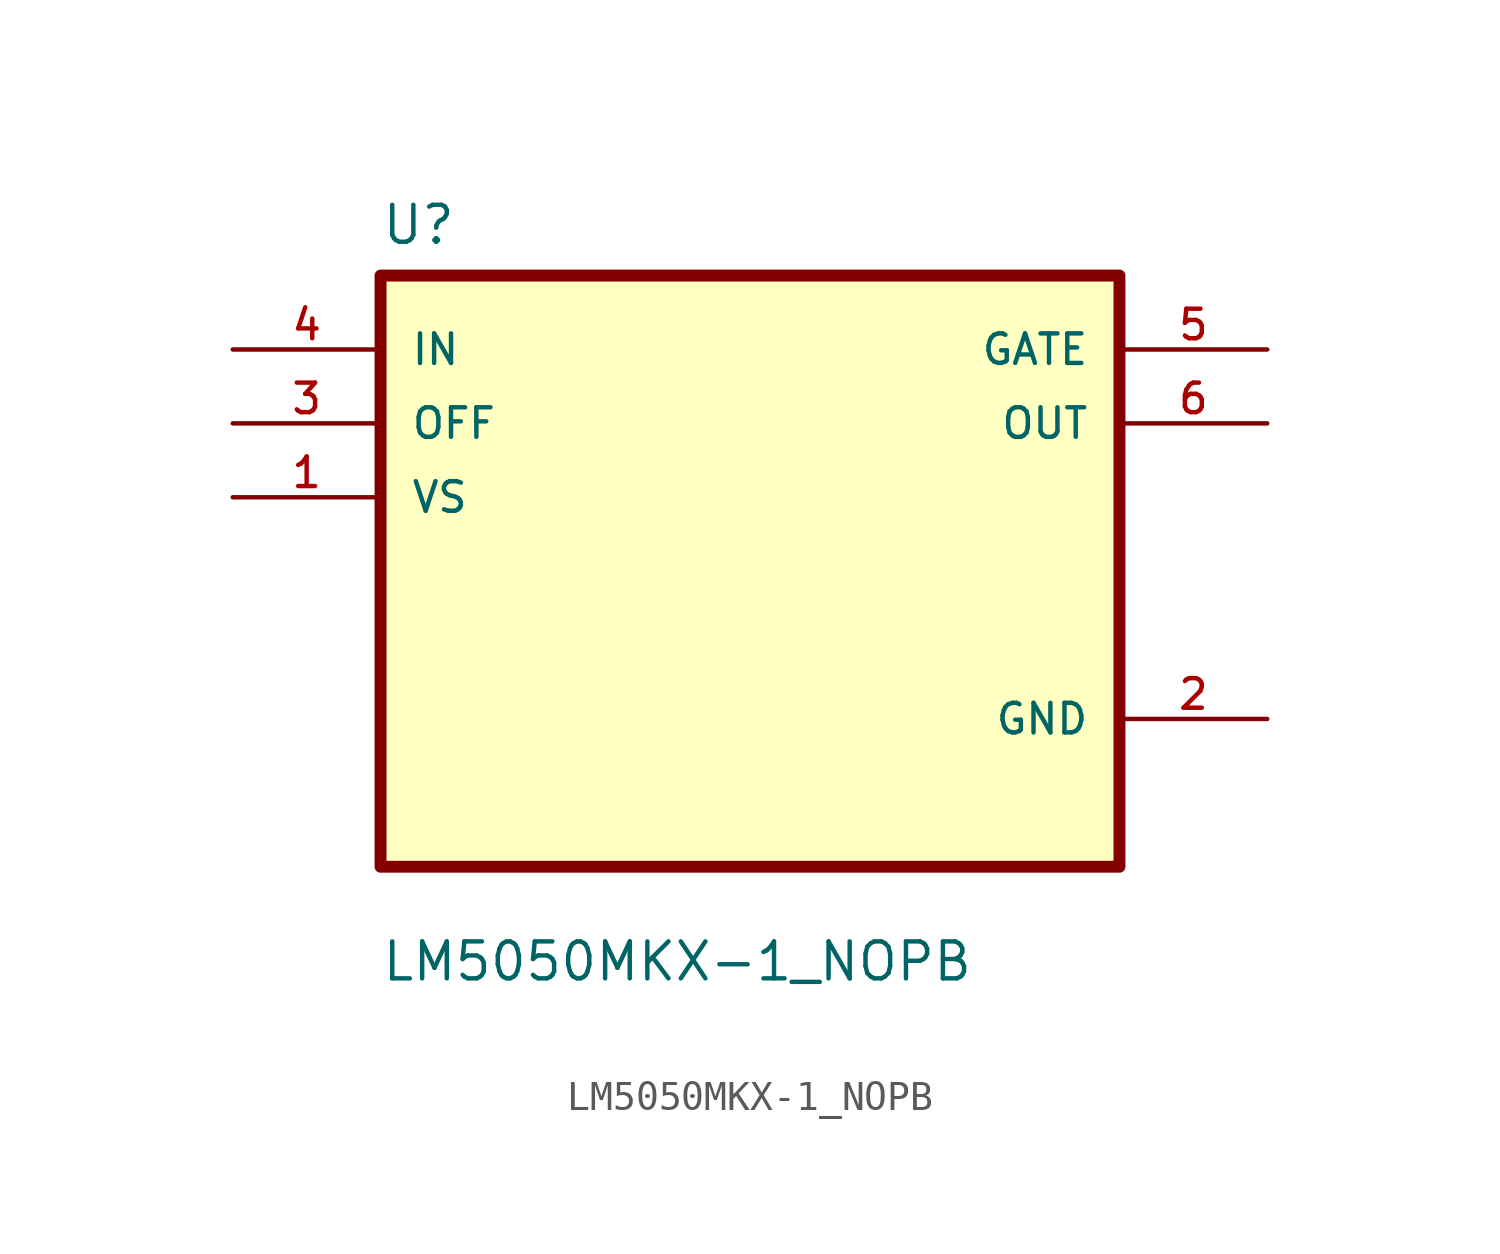
<source format=kicad_sym>
(kicad_symbol_lib
  (version 20211014)
  (generator kicad_symbol_editor)
  (symbol "LM5050MKX-1_NOPB"
    (pin_names
      (offset 1.016))
    (property "Reference" "U"
      (at -12.7 11.16 0.0)
      (effects (font (size 1.27 1.27)) (justify bottom left)))
    (property "Value" "LM5050MKX-1_NOPB"
      (at -12.7 -14.16 0.0)
      (effects (font (size 1.27 1.27)) (justify bottom left)))
    (symbol "LM5050MKX-1_NOPB_0_0"
      (rectangle (start -12.7 -10.16) (end 12.7 10.16) (stroke (width 0.41)) (fill (type background)))
      (pin input line (at -17.78 7.62 0) (length 5.08) (name "IN" (effects (font (size 1.016 1.016)))) (number "4" (effects (font (size 1.016 1.016)))))
      (pin input line (at -17.78 5.08 0) (length 5.08) (name "OFF" (effects (font (size 1.016 1.016)))) (number "3" (effects (font (size 1.016 1.016)))))
      (pin input line (at -17.78 2.54 0) (length 5.08) (name "VS" (effects (font (size 1.016 1.016)))) (number "1" (effects (font (size 1.016 1.016)))))
      (pin output line (at 17.78 7.62 180.0) (length 5.08) (name "GATE" (effects (font (size 1.016 1.016)))) (number "5" (effects (font (size 1.016 1.016)))))
      (pin output line (at 17.78 5.08 180.0) (length 5.08) (name "OUT" (effects (font (size 1.016 1.016)))) (number "6" (effects (font (size 1.016 1.016)))))
      (pin power_in line (at 17.78 -5.08 180.0) (length 5.08) (name "GND" (effects (font (size 1.016 1.016)))) (number "2" (effects (font (size 1.016 1.016))))))))
</source>
